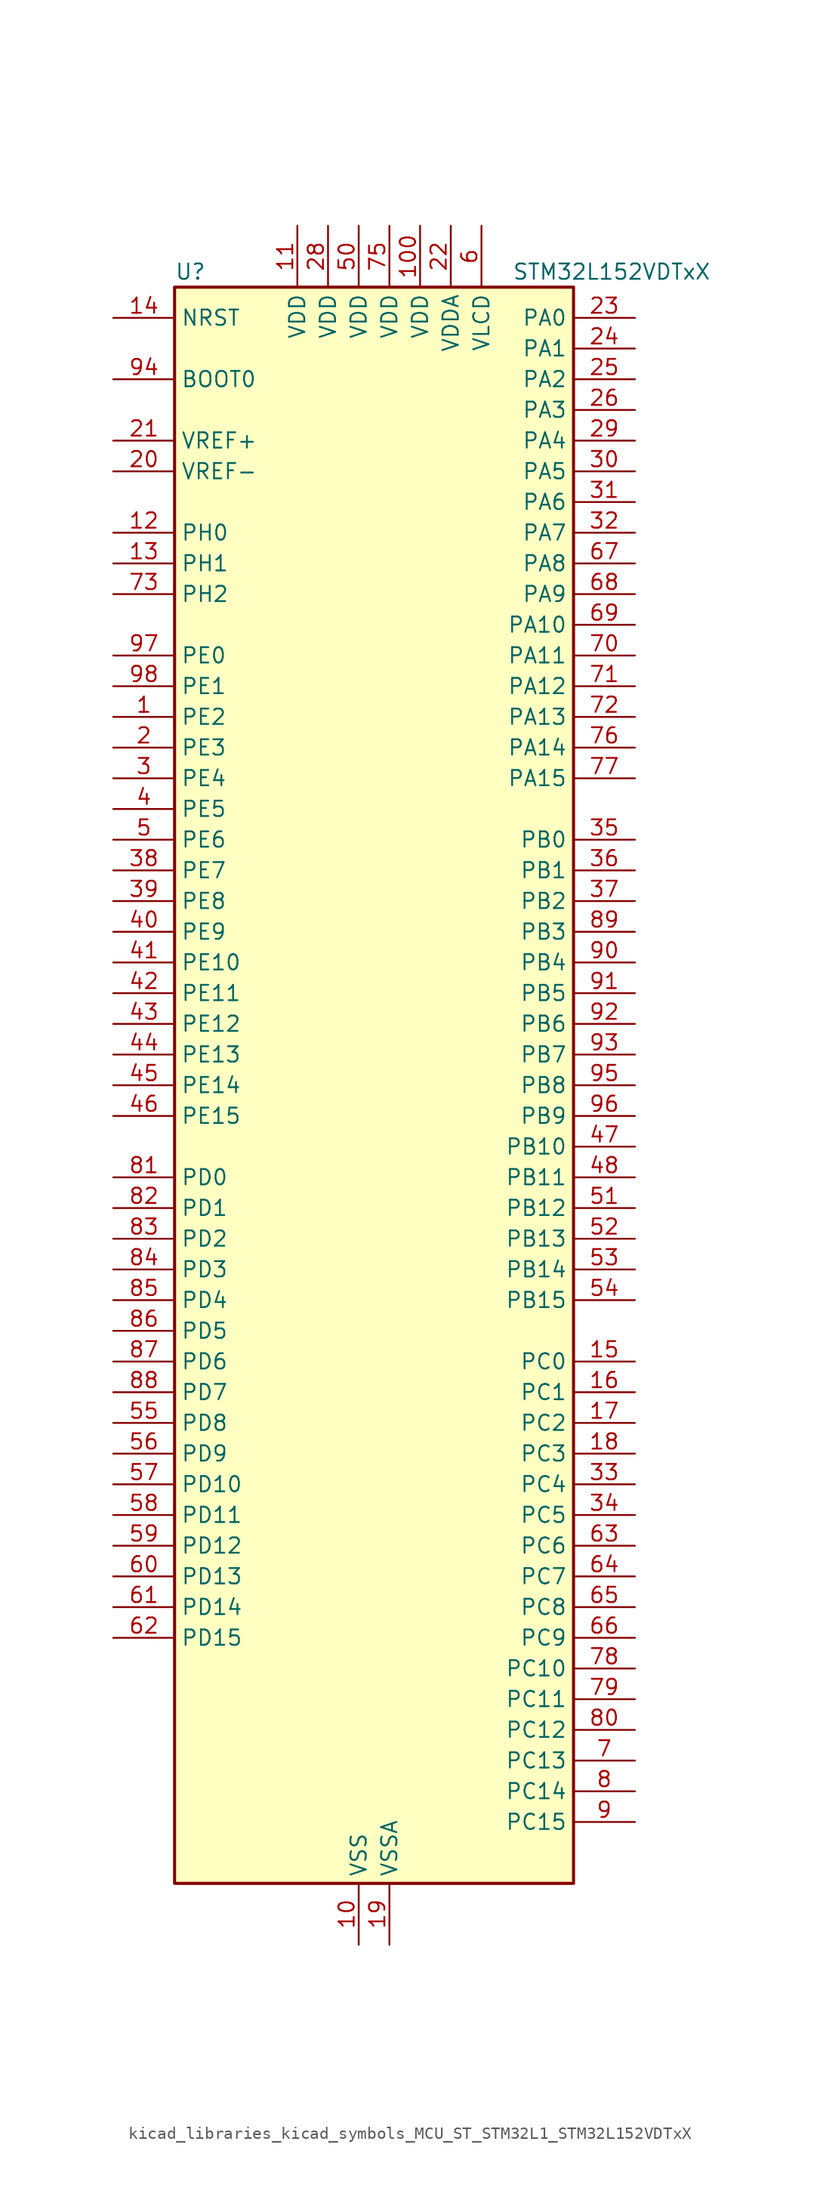
<source format=kicad_sym>
(kicad_symbol_lib
  (version 20220914)
  (generator kicad_symbol_editor)
  (symbol "kicad_libraries_kicad_symbols_MCU_ST_STM32L1_STM32L152VDTxX"
    (property "Reference" "U"
      (at -15.24 67.31 0)
      (effects (font (size 1.27 1.27)) (justify left)))
    (property "Value" "STM32L152VDTxX"
      (at 12.7 67.31 0)
      (effects (font (size 1.27 1.27)) (justify left)))
    (property "ki_locked" ""
      (at 0 0 0)
      (effects (font (size 1.27 1.27))))
    (symbol "kicad_libraries_kicad_symbols_MCU_ST_STM32L1_STM32L152VDTxX_0_1"
      (rectangle (start -15.24 -66.04) (end 17.78 66.04) (stroke (width 0.254) (type default)) (fill (type background))))
    (symbol "kicad_libraries_kicad_symbols_MCU_ST_STM32L1_STM32L152VDTxX_1_1"
      (pin bidirectional line (at -20.32 30.48 0) (length 5.08) (name "PE2" (effects (font (size 1.27 1.27)))) (number "1" (effects (font (size 1.27 1.27)))) (alternate "LCD_SEG38" bidirectional line) (alternate "SYS_TRACECK" bidirectional line) (alternate "TIM3_ETR" bidirectional line) (alternate "TIMX_IC3" bidirectional line))
      (pin power_in line (at 0 -71.12 90) (length 5.08) (name "VSS" (effects (font (size 1.27 1.27)))) (number "10" (effects (font (size 1.27 1.27)))))
      (pin power_in line (at 5.08 71.12 270) (length 5.08) (name "VDD" (effects (font (size 1.27 1.27)))) (number "100" (effects (font (size 1.27 1.27)))))
      (pin power_in line (at -5.08 71.12 270) (length 5.08) (name "VDD" (effects (font (size 1.27 1.27)))) (number "11" (effects (font (size 1.27 1.27)))))
      (pin bidirectional line (at -20.32 45.72 0) (length 5.08) (name "PH0" (effects (font (size 1.27 1.27)))) (number "12" (effects (font (size 1.27 1.27)))) (alternate "RCC_OSC_IN" bidirectional line))
      (pin bidirectional line (at -20.32 43.18 0) (length 5.08) (name "PH1" (effects (font (size 1.27 1.27)))) (number "13" (effects (font (size 1.27 1.27)))) (alternate "RCC_OSC_OUT" bidirectional line))
      (pin input line (at -20.32 63.5 0) (length 5.08) (name "NRST" (effects (font (size 1.27 1.27)))) (number "14" (effects (font (size 1.27 1.27)))))
      (pin bidirectional line (at 22.86 -22.86 180) (length 5.08) (name "PC0" (effects (font (size 1.27 1.27)))) (number "15" (effects (font (size 1.27 1.27)))) (alternate "ADC_IN10" bidirectional line) (alternate "COMP1_INP" bidirectional line) (alternate "LCD_SEG18" bidirectional line) (alternate "TIMX_IC1" bidirectional line) (alternate "TS_G8_IO1" bidirectional line))
      (pin bidirectional line (at 22.86 -25.4 180) (length 5.08) (name "PC1" (effects (font (size 1.27 1.27)))) (number "16" (effects (font (size 1.27 1.27)))) (alternate "ADC_IN11" bidirectional line) (alternate "COMP1_INP" bidirectional line) (alternate "LCD_SEG19" bidirectional line) (alternate "TIMX_IC2" bidirectional line) (alternate "TS_G8_IO2" bidirectional line))
      (pin bidirectional line (at 22.86 -27.94 180) (length 5.08) (name "PC2" (effects (font (size 1.27 1.27)))) (number "17" (effects (font (size 1.27 1.27)))) (alternate "ADC_IN12" bidirectional line) (alternate "COMP1_INP" bidirectional line) (alternate "LCD_SEG20" bidirectional line) (alternate "TIMX_IC3" bidirectional line) (alternate "TS_G8_IO3" bidirectional line))
      (pin bidirectional line (at 22.86 -30.48 180) (length 5.08) (name "PC3" (effects (font (size 1.27 1.27)))) (number "18" (effects (font (size 1.27 1.27)))) (alternate "ADC_IN13" bidirectional line) (alternate "COMP1_INP" bidirectional line) (alternate "LCD_SEG21" bidirectional line) (alternate "TIMX_IC4" bidirectional line) (alternate "TS_G8_IO4" bidirectional line))
      (pin power_in line (at 2.54 -71.12 90) (length 5.08) (name "VSSA" (effects (font (size 1.27 1.27)))) (number "19" (effects (font (size 1.27 1.27)))))
      (pin bidirectional line (at -20.32 27.94 0) (length 5.08) (name "PE3" (effects (font (size 1.27 1.27)))) (number "2" (effects (font (size 1.27 1.27)))) (alternate "LCD_SEG39" bidirectional line) (alternate "SYS_TRACED0" bidirectional line) (alternate "TIM3_CH1" bidirectional line) (alternate "TIMX_IC4" bidirectional line))
      (pin input line (at -20.32 50.8 0) (length 5.08) (name "VREF-" (effects (font (size 1.27 1.27)))) (number "20" (effects (font (size 1.27 1.27)))))
      (pin input line (at -20.32 53.34 0) (length 5.08) (name "VREF+" (effects (font (size 1.27 1.27)))) (number "21" (effects (font (size 1.27 1.27)))))
      (pin power_in line (at 7.62 71.12 270) (length 5.08) (name "VDDA" (effects (font (size 1.27 1.27)))) (number "22" (effects (font (size 1.27 1.27)))))
      (pin bidirectional line (at 22.86 63.5 180) (length 5.08) (name "PA0" (effects (font (size 1.27 1.27)))) (number "23" (effects (font (size 1.27 1.27)))) (alternate "ADC_IN0" bidirectional line) (alternate "COMP1_INP" bidirectional line) (alternate "RTC_TAMP2" bidirectional line) (alternate "SYS_WKUP1" bidirectional line) (alternate "TIM2_CH1" bidirectional line) (alternate "TIM2_ETR" bidirectional line) (alternate "TIM5_CH1" bidirectional line) (alternate "TIMX_IC1" bidirectional line) (alternate "TS_G1_IO1" bidirectional line) (alternate "USART2_CTS" bidirectional line))
      (pin bidirectional line (at 22.86 60.96 180) (length 5.08) (name "PA1" (effects (font (size 1.27 1.27)))) (number "24" (effects (font (size 1.27 1.27)))) (alternate "ADC_IN1" bidirectional line) (alternate "COMP1_INP" bidirectional line) (alternate "LCD_SEG0" bidirectional line) (alternate "OPAMP1_VINP" bidirectional line) (alternate "TIM2_CH2" bidirectional line) (alternate "TIM5_CH2" bidirectional line) (alternate "TIMX_IC2" bidirectional line) (alternate "TS_G1_IO2" bidirectional line) (alternate "USART2_RTS" bidirectional line))
      (pin bidirectional line (at 22.86 58.42 180) (length 5.08) (name "PA2" (effects (font (size 1.27 1.27)))) (number "25" (effects (font (size 1.27 1.27)))) (alternate "ADC_IN2" bidirectional line) (alternate "COMP1_INP" bidirectional line) (alternate "LCD_SEG1" bidirectional line) (alternate "OPAMP1_VINM" bidirectional line) (alternate "TIM2_CH3" bidirectional line) (alternate "TIM5_CH3" bidirectional line) (alternate "TIM9_CH1" bidirectional line) (alternate "TIMX_IC3" bidirectional line) (alternate "TS_G1_IO3" bidirectional line) (alternate "USART2_TX" bidirectional line))
      (pin bidirectional line (at 22.86 55.88 180) (length 5.08) (name "PA3" (effects (font (size 1.27 1.27)))) (number "26" (effects (font (size 1.27 1.27)))) (alternate "ADC_IN3" bidirectional line) (alternate "COMP1_INP" bidirectional line) (alternate "LCD_SEG2" bidirectional line) (alternate "OPAMP1_VOUT" bidirectional line) (alternate "TIM2_CH4" bidirectional line) (alternate "TIM5_CH4" bidirectional line) (alternate "TIM9_CH2" bidirectional line) (alternate "TIMX_IC4" bidirectional line) (alternate "TS_G1_IO4" bidirectional line) (alternate "USART2_RX" bidirectional line))
      (pin passive line (at 0 -71.12 90) (length 5.08) hide (name "VSS" (effects (font (size 1.27 1.27)))) (number "27" (effects (font (size 1.27 1.27)))))
      (pin power_in line (at -2.54 71.12 270) (length 5.08) (name "VDD" (effects (font (size 1.27 1.27)))) (number "28" (effects (font (size 1.27 1.27)))))
      (pin bidirectional line (at 22.86 53.34 180) (length 5.08) (name "PA4" (effects (font (size 1.27 1.27)))) (number "29" (effects (font (size 1.27 1.27)))) (alternate "ADC_IN4" bidirectional line) (alternate "COMP1_INP" bidirectional line) (alternate "DAC_OUT1" bidirectional line) (alternate "I2S3_WS" bidirectional line) (alternate "SPI1_NSS" bidirectional line) (alternate "SPI3_NSS" bidirectional line) (alternate "TIMX_IC1" bidirectional line) (alternate "USART2_CK" bidirectional line))
      (pin bidirectional line (at -20.32 25.4 0) (length 5.08) (name "PE4" (effects (font (size 1.27 1.27)))) (number "3" (effects (font (size 1.27 1.27)))) (alternate "SYS_TRACED1" bidirectional line) (alternate "TIM3_CH2" bidirectional line) (alternate "TIMX_IC1" bidirectional line))
      (pin bidirectional line (at 22.86 50.8 180) (length 5.08) (name "PA5" (effects (font (size 1.27 1.27)))) (number "30" (effects (font (size 1.27 1.27)))) (alternate "ADC_IN5" bidirectional line) (alternate "COMP1_INP" bidirectional line) (alternate "DAC_OUT2" bidirectional line) (alternate "SPI1_SCK" bidirectional line) (alternate "TIM2_CH1" bidirectional line) (alternate "TIM2_ETR" bidirectional line) (alternate "TIMX_IC2" bidirectional line))
      (pin bidirectional line (at 22.86 48.26 180) (length 5.08) (name "PA6" (effects (font (size 1.27 1.27)))) (number "31" (effects (font (size 1.27 1.27)))) (alternate "ADC_IN6" bidirectional line) (alternate "COMP1_INP" bidirectional line) (alternate "LCD_SEG3" bidirectional line) (alternate "OPAMP2_VINP" bidirectional line) (alternate "SPI1_MISO" bidirectional line) (alternate "TIM10_CH1" bidirectional line) (alternate "TIM3_CH1" bidirectional line) (alternate "TIMX_IC3" bidirectional line) (alternate "TS_G2_IO1" bidirectional line))
      (pin bidirectional line (at 22.86 45.72 180) (length 5.08) (name "PA7" (effects (font (size 1.27 1.27)))) (number "32" (effects (font (size 1.27 1.27)))) (alternate "ADC_IN7" bidirectional line) (alternate "COMP1_INP" bidirectional line) (alternate "LCD_SEG4" bidirectional line) (alternate "OPAMP2_VINM" bidirectional line) (alternate "SPI1_MOSI" bidirectional line) (alternate "TIM11_CH1" bidirectional line) (alternate "TIM3_CH2" bidirectional line) (alternate "TIMX_IC4" bidirectional line) (alternate "TS_G2_IO2" bidirectional line))
      (pin bidirectional line (at 22.86 -33.02 180) (length 5.08) (name "PC4" (effects (font (size 1.27 1.27)))) (number "33" (effects (font (size 1.27 1.27)))) (alternate "ADC_IN14" bidirectional line) (alternate "COMP1_INP" bidirectional line) (alternate "LCD_SEG22" bidirectional line) (alternate "TIMX_IC1" bidirectional line) (alternate "TS_G9_IO1" bidirectional line))
      (pin bidirectional line (at 22.86 -35.56 180) (length 5.08) (name "PC5" (effects (font (size 1.27 1.27)))) (number "34" (effects (font (size 1.27 1.27)))) (alternate "ADC_IN15" bidirectional line) (alternate "COMP1_INP" bidirectional line) (alternate "LCD_SEG23" bidirectional line) (alternate "TIMX_IC2" bidirectional line) (alternate "TS_G9_IO2" bidirectional line))
      (pin bidirectional line (at 22.86 20.32 180) (length 5.08) (name "PB0" (effects (font (size 1.27 1.27)))) (number "35" (effects (font (size 1.27 1.27)))) (alternate "ADC_IN8" bidirectional line) (alternate "COMP1_INP" bidirectional line) (alternate "LCD_SEG5" bidirectional line) (alternate "OPAMP2_VOUT" bidirectional line) (alternate "SYS_V_REF_OUT" bidirectional line) (alternate "TIM3_CH3" bidirectional line) (alternate "TS_G3_IO1" bidirectional line))
      (pin bidirectional line (at 22.86 17.78 180) (length 5.08) (name "PB1" (effects (font (size 1.27 1.27)))) (number "36" (effects (font (size 1.27 1.27)))) (alternate "ADC_IN9" bidirectional line) (alternate "COMP1_INP" bidirectional line) (alternate "LCD_SEG6" bidirectional line) (alternate "SYS_V_REF_OUT" bidirectional line) (alternate "TIM3_CH4" bidirectional line) (alternate "TS_G3_IO2" bidirectional line))
      (pin bidirectional line (at 22.86 15.24 180) (length 5.08) (name "PB2" (effects (font (size 1.27 1.27)))) (number "37" (effects (font (size 1.27 1.27)))) (alternate "ADC_IN0b" bidirectional line) (alternate "TS_G3_IO3" bidirectional line))
      (pin bidirectional line (at -20.32 17.78 0) (length 5.08) (name "PE7" (effects (font (size 1.27 1.27)))) (number "38" (effects (font (size 1.27 1.27)))) (alternate "ADC_IN22" bidirectional line) (alternate "COMP1_INP" bidirectional line) (alternate "TIMX_IC4" bidirectional line))
      (pin bidirectional line (at -20.32 15.24 0) (length 5.08) (name "PE8" (effects (font (size 1.27 1.27)))) (number "39" (effects (font (size 1.27 1.27)))) (alternate "ADC_IN23" bidirectional line) (alternate "COMP1_INP" bidirectional line) (alternate "TIMX_IC1" bidirectional line))
      (pin bidirectional line (at -20.32 22.86 0) (length 5.08) (name "PE5" (effects (font (size 1.27 1.27)))) (number "4" (effects (font (size 1.27 1.27)))) (alternate "SYS_TRACED2" bidirectional line) (alternate "TIM9_CH1" bidirectional line) (alternate "TIMX_IC2" bidirectional line))
      (pin bidirectional line (at -20.32 12.7 0) (length 5.08) (name "PE9" (effects (font (size 1.27 1.27)))) (number "40" (effects (font (size 1.27 1.27)))) (alternate "ADC_IN24" bidirectional line) (alternate "COMP1_INP" bidirectional line) (alternate "DAC_EXTI9" bidirectional line) (alternate "TIM2_CH1" bidirectional line) (alternate "TIM2_ETR" bidirectional line) (alternate "TIMX_IC2" bidirectional line))
      (pin bidirectional line (at -20.32 10.16 0) (length 5.08) (name "PE10" (effects (font (size 1.27 1.27)))) (number "41" (effects (font (size 1.27 1.27)))) (alternate "ADC_IN25" bidirectional line) (alternate "COMP1_INP" bidirectional line) (alternate "TIM2_CH2" bidirectional line) (alternate "TIMX_IC3" bidirectional line))
      (pin bidirectional line (at -20.32 7.62 0) (length 5.08) (name "PE11" (effects (font (size 1.27 1.27)))) (number "42" (effects (font (size 1.27 1.27)))) (alternate "ADC_EXTI11" bidirectional line) (alternate "TIM2_CH3" bidirectional line) (alternate "TIMX_IC4" bidirectional line))
      (pin bidirectional line (at -20.32 5.08 0) (length 5.08) (name "PE12" (effects (font (size 1.27 1.27)))) (number "43" (effects (font (size 1.27 1.27)))) (alternate "SPI1_NSS" bidirectional line) (alternate "TIM2_CH4" bidirectional line) (alternate "TIMX_IC1" bidirectional line))
      (pin bidirectional line (at -20.32 2.54 0) (length 5.08) (name "PE13" (effects (font (size 1.27 1.27)))) (number "44" (effects (font (size 1.27 1.27)))) (alternate "SPI1_SCK" bidirectional line) (alternate "TIMX_IC2" bidirectional line))
      (pin bidirectional line (at -20.32 0 0) (length 5.08) (name "PE14" (effects (font (size 1.27 1.27)))) (number "45" (effects (font (size 1.27 1.27)))) (alternate "SPI1_MISO" bidirectional line) (alternate "TIMX_IC3" bidirectional line))
      (pin bidirectional line (at -20.32 -2.54 0) (length 5.08) (name "PE15" (effects (font (size 1.27 1.27)))) (number "46" (effects (font (size 1.27 1.27)))) (alternate "ADC_EXTI15" bidirectional line) (alternate "SPI1_MOSI" bidirectional line) (alternate "TIMX_IC4" bidirectional line))
      (pin bidirectional line (at 22.86 -5.08 180) (length 5.08) (name "PB10" (effects (font (size 1.27 1.27)))) (number "47" (effects (font (size 1.27 1.27)))) (alternate "I2C2_SCL" bidirectional line) (alternate "LCD_SEG10" bidirectional line) (alternate "TIM2_CH3" bidirectional line) (alternate "USART3_TX" bidirectional line))
      (pin bidirectional line (at 22.86 -7.62 180) (length 5.08) (name "PB11" (effects (font (size 1.27 1.27)))) (number "48" (effects (font (size 1.27 1.27)))) (alternate "ADC_EXTI11" bidirectional line) (alternate "I2C2_SDA" bidirectional line) (alternate "LCD_SEG11" bidirectional line) (alternate "TIM2_CH4" bidirectional line) (alternate "USART3_RX" bidirectional line))
      (pin passive line (at 0 -71.12 90) (length 5.08) hide (name "VSS" (effects (font (size 1.27 1.27)))) (number "49" (effects (font (size 1.27 1.27)))))
      (pin bidirectional line (at -20.32 20.32 0) (length 5.08) (name "PE6" (effects (font (size 1.27 1.27)))) (number "5" (effects (font (size 1.27 1.27)))) (alternate "RTC_TAMP3" bidirectional line) (alternate "SYS_TRACED3" bidirectional line) (alternate "SYS_WKUP3" bidirectional line) (alternate "TIM9_CH2" bidirectional line) (alternate "TIMX_IC3" bidirectional line))
      (pin power_in line (at 0 71.12 270) (length 5.08) (name "VDD" (effects (font (size 1.27 1.27)))) (number "50" (effects (font (size 1.27 1.27)))))
      (pin bidirectional line (at 22.86 -10.16 180) (length 5.08) (name "PB12" (effects (font (size 1.27 1.27)))) (number "51" (effects (font (size 1.27 1.27)))) (alternate "ADC_IN18" bidirectional line) (alternate "COMP1_INP" bidirectional line) (alternate "I2C2_SMBA" bidirectional line) (alternate "I2S2_WS" bidirectional line) (alternate "LCD_SEG12" bidirectional line) (alternate "SPI2_NSS" bidirectional line) (alternate "TIM10_CH1" bidirectional line) (alternate "TS_G7_IO1" bidirectional line) (alternate "USART3_CK" bidirectional line))
      (pin bidirectional line (at 22.86 -12.7 180) (length 5.08) (name "PB13" (effects (font (size 1.27 1.27)))) (number "52" (effects (font (size 1.27 1.27)))) (alternate "ADC_IN19" bidirectional line) (alternate "COMP1_INP" bidirectional line) (alternate "I2S2_CK" bidirectional line) (alternate "LCD_SEG13" bidirectional line) (alternate "SPI2_SCK" bidirectional line) (alternate "TIM9_CH1" bidirectional line) (alternate "TS_G7_IO2" bidirectional line) (alternate "USART3_CTS" bidirectional line))
      (pin bidirectional line (at 22.86 -15.24 180) (length 5.08) (name "PB14" (effects (font (size 1.27 1.27)))) (number "53" (effects (font (size 1.27 1.27)))) (alternate "ADC_IN20" bidirectional line) (alternate "COMP1_INP" bidirectional line) (alternate "LCD_SEG14" bidirectional line) (alternate "SPI2_MISO" bidirectional line) (alternate "TIM9_CH2" bidirectional line) (alternate "TS_G7_IO3" bidirectional line) (alternate "USART3_RTS" bidirectional line))
      (pin bidirectional line (at 22.86 -17.78 180) (length 5.08) (name "PB15" (effects (font (size 1.27 1.27)))) (number "54" (effects (font (size 1.27 1.27)))) (alternate "ADC_EXTI15" bidirectional line) (alternate "ADC_IN21" bidirectional line) (alternate "COMP1_INP" bidirectional line) (alternate "I2S2_SD" bidirectional line) (alternate "LCD_SEG15" bidirectional line) (alternate "RTC_REFIN" bidirectional line) (alternate "SPI2_MOSI" bidirectional line) (alternate "TIM11_CH1" bidirectional line) (alternate "TS_G7_IO4" bidirectional line))
      (pin bidirectional line (at -20.32 -27.94 0) (length 5.08) (name "PD8" (effects (font (size 1.27 1.27)))) (number "55" (effects (font (size 1.27 1.27)))) (alternate "LCD_SEG28" bidirectional line) (alternate "TIMX_IC1" bidirectional line) (alternate "USART3_TX" bidirectional line))
      (pin bidirectional line (at -20.32 -30.48 0) (length 5.08) (name "PD9" (effects (font (size 1.27 1.27)))) (number "56" (effects (font (size 1.27 1.27)))) (alternate "DAC_EXTI9" bidirectional line) (alternate "LCD_SEG29" bidirectional line) (alternate "TIMX_IC2" bidirectional line) (alternate "USART3_RX" bidirectional line))
      (pin bidirectional line (at -20.32 -33.02 0) (length 5.08) (name "PD10" (effects (font (size 1.27 1.27)))) (number "57" (effects (font (size 1.27 1.27)))) (alternate "LCD_SEG30" bidirectional line) (alternate "TIMX_IC3" bidirectional line) (alternate "USART3_CK" bidirectional line))
      (pin bidirectional line (at -20.32 -35.56 0) (length 5.08) (name "PD11" (effects (font (size 1.27 1.27)))) (number "58" (effects (font (size 1.27 1.27)))) (alternate "ADC_EXTI11" bidirectional line) (alternate "LCD_SEG31" bidirectional line) (alternate "TIMX_IC4" bidirectional line) (alternate "USART3_CTS" bidirectional line))
      (pin bidirectional line (at -20.32 -38.1 0) (length 5.08) (name "PD12" (effects (font (size 1.27 1.27)))) (number "59" (effects (font (size 1.27 1.27)))) (alternate "LCD_SEG32" bidirectional line) (alternate "TIM4_CH1" bidirectional line) (alternate "TIMX_IC1" bidirectional line) (alternate "USART3_RTS" bidirectional line))
      (pin power_in line (at 10.16 71.12 270) (length 5.08) (name "VLCD" (effects (font (size 1.27 1.27)))) (number "6" (effects (font (size 1.27 1.27)))))
      (pin bidirectional line (at -20.32 -40.64 0) (length 5.08) (name "PD13" (effects (font (size 1.27 1.27)))) (number "60" (effects (font (size 1.27 1.27)))) (alternate "LCD_SEG33" bidirectional line) (alternate "TIM4_CH2" bidirectional line) (alternate "TIMX_IC2" bidirectional line))
      (pin bidirectional line (at -20.32 -43.18 0) (length 5.08) (name "PD14" (effects (font (size 1.27 1.27)))) (number "61" (effects (font (size 1.27 1.27)))) (alternate "LCD_SEG34" bidirectional line) (alternate "TIM4_CH3" bidirectional line) (alternate "TIMX_IC3" bidirectional line))
      (pin bidirectional line (at -20.32 -45.72 0) (length 5.08) (name "PD15" (effects (font (size 1.27 1.27)))) (number "62" (effects (font (size 1.27 1.27)))) (alternate "ADC_EXTI15" bidirectional line) (alternate "LCD_SEG35" bidirectional line) (alternate "TIM4_CH4" bidirectional line) (alternate "TIMX_IC4" bidirectional line))
      (pin bidirectional line (at 22.86 -38.1 180) (length 5.08) (name "PC6" (effects (font (size 1.27 1.27)))) (number "63" (effects (font (size 1.27 1.27)))) (alternate "I2S2_MCK" bidirectional line) (alternate "LCD_SEG24" bidirectional line) (alternate "TIM3_CH1" bidirectional line) (alternate "TIMX_IC3" bidirectional line) (alternate "TS_G10_IO1" bidirectional line))
      (pin bidirectional line (at 22.86 -40.64 180) (length 5.08) (name "PC7" (effects (font (size 1.27 1.27)))) (number "64" (effects (font (size 1.27 1.27)))) (alternate "I2S3_MCK" bidirectional line) (alternate "LCD_SEG25" bidirectional line) (alternate "TIM3_CH2" bidirectional line) (alternate "TIMX_IC4" bidirectional line) (alternate "TS_G10_IO2" bidirectional line))
      (pin bidirectional line (at 22.86 -43.18 180) (length 5.08) (name "PC8" (effects (font (size 1.27 1.27)))) (number "65" (effects (font (size 1.27 1.27)))) (alternate "LCD_SEG26" bidirectional line) (alternate "TIM3_CH3" bidirectional line) (alternate "TIMX_IC1" bidirectional line) (alternate "TS_G10_IO3" bidirectional line))
      (pin bidirectional line (at 22.86 -45.72 180) (length 5.08) (name "PC9" (effects (font (size 1.27 1.27)))) (number "66" (effects (font (size 1.27 1.27)))) (alternate "DAC_EXTI9" bidirectional line) (alternate "LCD_SEG27" bidirectional line) (alternate "TIM3_CH4" bidirectional line) (alternate "TIMX_IC2" bidirectional line) (alternate "TS_G10_IO4" bidirectional line))
      (pin bidirectional line (at 22.86 43.18 180) (length 5.08) (name "PA8" (effects (font (size 1.27 1.27)))) (number "67" (effects (font (size 1.27 1.27)))) (alternate "LCD_COM0" bidirectional line) (alternate "RCC_MCO" bidirectional line) (alternate "TIMX_IC1" bidirectional line) (alternate "TS_G4_IO1" bidirectional line) (alternate "USART1_CK" bidirectional line))
      (pin bidirectional line (at 22.86 40.64 180) (length 5.08) (name "PA9" (effects (font (size 1.27 1.27)))) (number "68" (effects (font (size 1.27 1.27)))) (alternate "DAC_EXTI9" bidirectional line) (alternate "LCD_COM1" bidirectional line) (alternate "TIMX_IC2" bidirectional line) (alternate "TS_G4_IO2" bidirectional line) (alternate "USART1_TX" bidirectional line))
      (pin bidirectional line (at 22.86 38.1 180) (length 5.08) (name "PA10" (effects (font (size 1.27 1.27)))) (number "69" (effects (font (size 1.27 1.27)))) (alternate "LCD_COM2" bidirectional line) (alternate "TIMX_IC3" bidirectional line) (alternate "TS_G4_IO3" bidirectional line) (alternate "USART1_RX" bidirectional line))
      (pin bidirectional line (at 22.86 -55.88 180) (length 5.08) (name "PC13" (effects (font (size 1.27 1.27)))) (number "7" (effects (font (size 1.27 1.27)))) (alternate "RTC_OUT_ALARM" bidirectional line) (alternate "RTC_OUT_CALIB" bidirectional line) (alternate "RTC_TAMP1" bidirectional line) (alternate "RTC_TS" bidirectional line) (alternate "SYS_WKUP2" bidirectional line) (alternate "TIMX_IC2" bidirectional line))
      (pin bidirectional line (at 22.86 35.56 180) (length 5.08) (name "PA11" (effects (font (size 1.27 1.27)))) (number "70" (effects (font (size 1.27 1.27)))) (alternate "ADC_EXTI11" bidirectional line) (alternate "SPI1_MISO" bidirectional line) (alternate "TIMX_IC4" bidirectional line) (alternate "USART1_CTS" bidirectional line) (alternate "USB_DM" bidirectional line))
      (pin bidirectional line (at 22.86 33.02 180) (length 5.08) (name "PA12" (effects (font (size 1.27 1.27)))) (number "71" (effects (font (size 1.27 1.27)))) (alternate "SPI1_MOSI" bidirectional line) (alternate "TIMX_IC1" bidirectional line) (alternate "USART1_RTS" bidirectional line) (alternate "USB_DP" bidirectional line))
      (pin bidirectional line (at 22.86 30.48 180) (length 5.08) (name "PA13" (effects (font (size 1.27 1.27)))) (number "72" (effects (font (size 1.27 1.27)))) (alternate "SYS_JTMS-SWDIO" bidirectional line) (alternate "TIMX_IC2" bidirectional line) (alternate "TS_G5_IO1" bidirectional line))
      (pin bidirectional line (at -20.32 40.64 0) (length 5.08) (name "PH2" (effects (font (size 1.27 1.27)))) (number "73" (effects (font (size 1.27 1.27)))))
      (pin passive line (at 0 -71.12 90) (length 5.08) hide (name "VSS" (effects (font (size 1.27 1.27)))) (number "74" (effects (font (size 1.27 1.27)))))
      (pin power_in line (at 2.54 71.12 270) (length 5.08) (name "VDD" (effects (font (size 1.27 1.27)))) (number "75" (effects (font (size 1.27 1.27)))))
      (pin bidirectional line (at 22.86 27.94 180) (length 5.08) (name "PA14" (effects (font (size 1.27 1.27)))) (number "76" (effects (font (size 1.27 1.27)))) (alternate "SYS_JTCK-SWCLK" bidirectional line) (alternate "TIMX_IC3" bidirectional line) (alternate "TS_G5_IO2" bidirectional line))
      (pin bidirectional line (at 22.86 25.4 180) (length 5.08) (name "PA15" (effects (font (size 1.27 1.27)))) (number "77" (effects (font (size 1.27 1.27)))) (alternate "ADC_EXTI15" bidirectional line) (alternate "I2S3_WS" bidirectional line) (alternate "LCD_SEG17" bidirectional line) (alternate "SPI1_NSS" bidirectional line) (alternate "SPI3_NSS" bidirectional line) (alternate "SYS_JTDI" bidirectional line) (alternate "TIM2_CH1" bidirectional line) (alternate "TIM2_ETR" bidirectional line) (alternate "TIMX_IC4" bidirectional line) (alternate "TS_G5_IO3" bidirectional line))
      (pin bidirectional line (at 22.86 -48.26 180) (length 5.08) (name "PC10" (effects (font (size 1.27 1.27)))) (number "78" (effects (font (size 1.27 1.27)))) (alternate "I2S3_CK" bidirectional line) (alternate "LCD_COM4" bidirectional line) (alternate "LCD_SEG28" bidirectional line) (alternate "LCD_SEG40" bidirectional line) (alternate "SPI3_SCK" bidirectional line) (alternate "TIMX_IC3" bidirectional line) (alternate "UART4_TX" bidirectional line) (alternate "USART3_TX" bidirectional line))
      (pin bidirectional line (at 22.86 -50.8 180) (length 5.08) (name "PC11" (effects (font (size 1.27 1.27)))) (number "79" (effects (font (size 1.27 1.27)))) (alternate "ADC_EXTI11" bidirectional line) (alternate "LCD_COM5" bidirectional line) (alternate "LCD_SEG29" bidirectional line) (alternate "LCD_SEG41" bidirectional line) (alternate "SPI3_MISO" bidirectional line) (alternate "TIMX_IC4" bidirectional line) (alternate "UART4_RX" bidirectional line) (alternate "USART3_RX" bidirectional line))
      (pin bidirectional line (at 22.86 -58.42 180) (length 5.08) (name "PC14" (effects (font (size 1.27 1.27)))) (number "8" (effects (font (size 1.27 1.27)))) (alternate "RCC_OSC32_IN" bidirectional line) (alternate "TIMX_IC3" bidirectional line))
      (pin bidirectional line (at 22.86 -53.34 180) (length 5.08) (name "PC12" (effects (font (size 1.27 1.27)))) (number "80" (effects (font (size 1.27 1.27)))) (alternate "I2S3_SD" bidirectional line) (alternate "LCD_COM6" bidirectional line) (alternate "LCD_SEG30" bidirectional line) (alternate "LCD_SEG42" bidirectional line) (alternate "SPI3_MOSI" bidirectional line) (alternate "TIMX_IC1" bidirectional line) (alternate "UART5_TX" bidirectional line) (alternate "USART3_CK" bidirectional line))
      (pin bidirectional line (at -20.32 -7.62 0) (length 5.08) (name "PD0" (effects (font (size 1.27 1.27)))) (number "81" (effects (font (size 1.27 1.27)))) (alternate "I2S2_WS" bidirectional line) (alternate "SPI2_NSS" bidirectional line) (alternate "TIM9_CH1" bidirectional line) (alternate "TIMX_IC1" bidirectional line))
      (pin bidirectional line (at -20.32 -10.16 0) (length 5.08) (name "PD1" (effects (font (size 1.27 1.27)))) (number "82" (effects (font (size 1.27 1.27)))) (alternate "I2S2_CK" bidirectional line) (alternate "SPI2_SCK" bidirectional line) (alternate "TIMX_IC2" bidirectional line))
      (pin bidirectional line (at -20.32 -12.7 0) (length 5.08) (name "PD2" (effects (font (size 1.27 1.27)))) (number "83" (effects (font (size 1.27 1.27)))) (alternate "LCD_COM7" bidirectional line) (alternate "LCD_SEG31" bidirectional line) (alternate "LCD_SEG43" bidirectional line) (alternate "TIM3_ETR" bidirectional line) (alternate "TIMX_IC3" bidirectional line) (alternate "UART5_RX" bidirectional line))
      (pin bidirectional line (at -20.32 -15.24 0) (length 5.08) (name "PD3" (effects (font (size 1.27 1.27)))) (number "84" (effects (font (size 1.27 1.27)))) (alternate "SPI2_MISO" bidirectional line) (alternate "TIMX_IC4" bidirectional line) (alternate "USART2_CTS" bidirectional line))
      (pin bidirectional line (at -20.32 -17.78 0) (length 5.08) (name "PD4" (effects (font (size 1.27 1.27)))) (number "85" (effects (font (size 1.27 1.27)))) (alternate "I2S2_SD" bidirectional line) (alternate "SPI2_MOSI" bidirectional line) (alternate "TIMX_IC1" bidirectional line) (alternate "USART2_RTS" bidirectional line))
      (pin bidirectional line (at -20.32 -20.32 0) (length 5.08) (name "PD5" (effects (font (size 1.27 1.27)))) (number "86" (effects (font (size 1.27 1.27)))) (alternate "TIMX_IC2" bidirectional line) (alternate "USART2_TX" bidirectional line))
      (pin bidirectional line (at -20.32 -22.86 0) (length 5.08) (name "PD6" (effects (font (size 1.27 1.27)))) (number "87" (effects (font (size 1.27 1.27)))) (alternate "TIMX_IC3" bidirectional line) (alternate "USART2_RX" bidirectional line))
      (pin bidirectional line (at -20.32 -25.4 0) (length 5.08) (name "PD7" (effects (font (size 1.27 1.27)))) (number "88" (effects (font (size 1.27 1.27)))) (alternate "TIM9_CH2" bidirectional line) (alternate "TIMX_IC4" bidirectional line) (alternate "USART2_CK" bidirectional line))
      (pin bidirectional line (at 22.86 12.7 180) (length 5.08) (name "PB3" (effects (font (size 1.27 1.27)))) (number "89" (effects (font (size 1.27 1.27)))) (alternate "COMP2_INM" bidirectional line) (alternate "I2S3_CK" bidirectional line) (alternate "LCD_SEG7" bidirectional line) (alternate "SPI1_SCK" bidirectional line) (alternate "SPI3_SCK" bidirectional line) (alternate "SYS_JTDO-TRACESWO" bidirectional line) (alternate "TIM2_CH2" bidirectional line))
      (pin bidirectional line (at 22.86 -60.96 180) (length 5.08) (name "PC15" (effects (font (size 1.27 1.27)))) (number "9" (effects (font (size 1.27 1.27)))) (alternate "ADC_EXTI15" bidirectional line) (alternate "RCC_OSC32_OUT" bidirectional line) (alternate "TIMX_IC4" bidirectional line))
      (pin bidirectional line (at 22.86 10.16 180) (length 5.08) (name "PB4" (effects (font (size 1.27 1.27)))) (number "90" (effects (font (size 1.27 1.27)))) (alternate "COMP2_INP" bidirectional line) (alternate "LCD_SEG8" bidirectional line) (alternate "SPI1_MISO" bidirectional line) (alternate "SPI3_MISO" bidirectional line) (alternate "SYS_JTRST" bidirectional line) (alternate "TIM3_CH1" bidirectional line) (alternate "TS_G6_IO1" bidirectional line))
      (pin bidirectional line (at 22.86 7.62 180) (length 5.08) (name "PB5" (effects (font (size 1.27 1.27)))) (number "91" (effects (font (size 1.27 1.27)))) (alternate "COMP2_INP" bidirectional line) (alternate "I2C1_SMBA" bidirectional line) (alternate "I2S3_SD" bidirectional line) (alternate "LCD_SEG9" bidirectional line) (alternate "SPI1_MOSI" bidirectional line) (alternate "SPI3_MOSI" bidirectional line) (alternate "TIM3_CH2" bidirectional line) (alternate "TS_G6_IO2" bidirectional line))
      (pin bidirectional line (at 22.86 5.08 180) (length 5.08) (name "PB6" (effects (font (size 1.27 1.27)))) (number "92" (effects (font (size 1.27 1.27)))) (alternate "COMP2_INP" bidirectional line) (alternate "I2C1_SCL" bidirectional line) (alternate "TIM4_CH1" bidirectional line) (alternate "TS_G6_IO3" bidirectional line) (alternate "USART1_TX" bidirectional line))
      (pin bidirectional line (at 22.86 2.54 180) (length 5.08) (name "PB7" (effects (font (size 1.27 1.27)))) (number "93" (effects (font (size 1.27 1.27)))) (alternate "COMP2_INP" bidirectional line) (alternate "I2C1_SDA" bidirectional line) (alternate "SYS_PVD_IN" bidirectional line) (alternate "TIM4_CH2" bidirectional line) (alternate "TS_G6_IO4" bidirectional line) (alternate "USART1_RX" bidirectional line))
      (pin input line (at -20.32 58.42 0) (length 5.08) (name "BOOT0" (effects (font (size 1.27 1.27)))) (number "94" (effects (font (size 1.27 1.27)))))
      (pin bidirectional line (at 22.86 0 180) (length 5.08) (name "PB8" (effects (font (size 1.27 1.27)))) (number "95" (effects (font (size 1.27 1.27)))) (alternate "I2C1_SCL" bidirectional line) (alternate "LCD_SEG16" bidirectional line) (alternate "TIM10_CH1" bidirectional line) (alternate "TIM4_CH3" bidirectional line))
      (pin bidirectional line (at 22.86 -2.54 180) (length 5.08) (name "PB9" (effects (font (size 1.27 1.27)))) (number "96" (effects (font (size 1.27 1.27)))) (alternate "DAC_EXTI9" bidirectional line) (alternate "I2C1_SDA" bidirectional line) (alternate "LCD_COM3" bidirectional line) (alternate "TIM11_CH1" bidirectional line) (alternate "TIM4_CH4" bidirectional line))
      (pin bidirectional line (at -20.32 35.56 0) (length 5.08) (name "PE0" (effects (font (size 1.27 1.27)))) (number "97" (effects (font (size 1.27 1.27)))) (alternate "LCD_SEG36" bidirectional line) (alternate "TIM10_CH1" bidirectional line) (alternate "TIM4_ETR" bidirectional line) (alternate "TIMX_IC1" bidirectional line))
      (pin bidirectional line (at -20.32 33.02 0) (length 5.08) (name "PE1" (effects (font (size 1.27 1.27)))) (number "98" (effects (font (size 1.27 1.27)))) (alternate "LCD_SEG37" bidirectional line) (alternate "TIM11_CH1" bidirectional line) (alternate "TIMX_IC2" bidirectional line))
      (pin passive line (at 0 -71.12 90) (length 5.08) hide (name "VSS" (effects (font (size 1.27 1.27)))) (number "99" (effects (font (size 1.27 1.27))))))))
</source>
